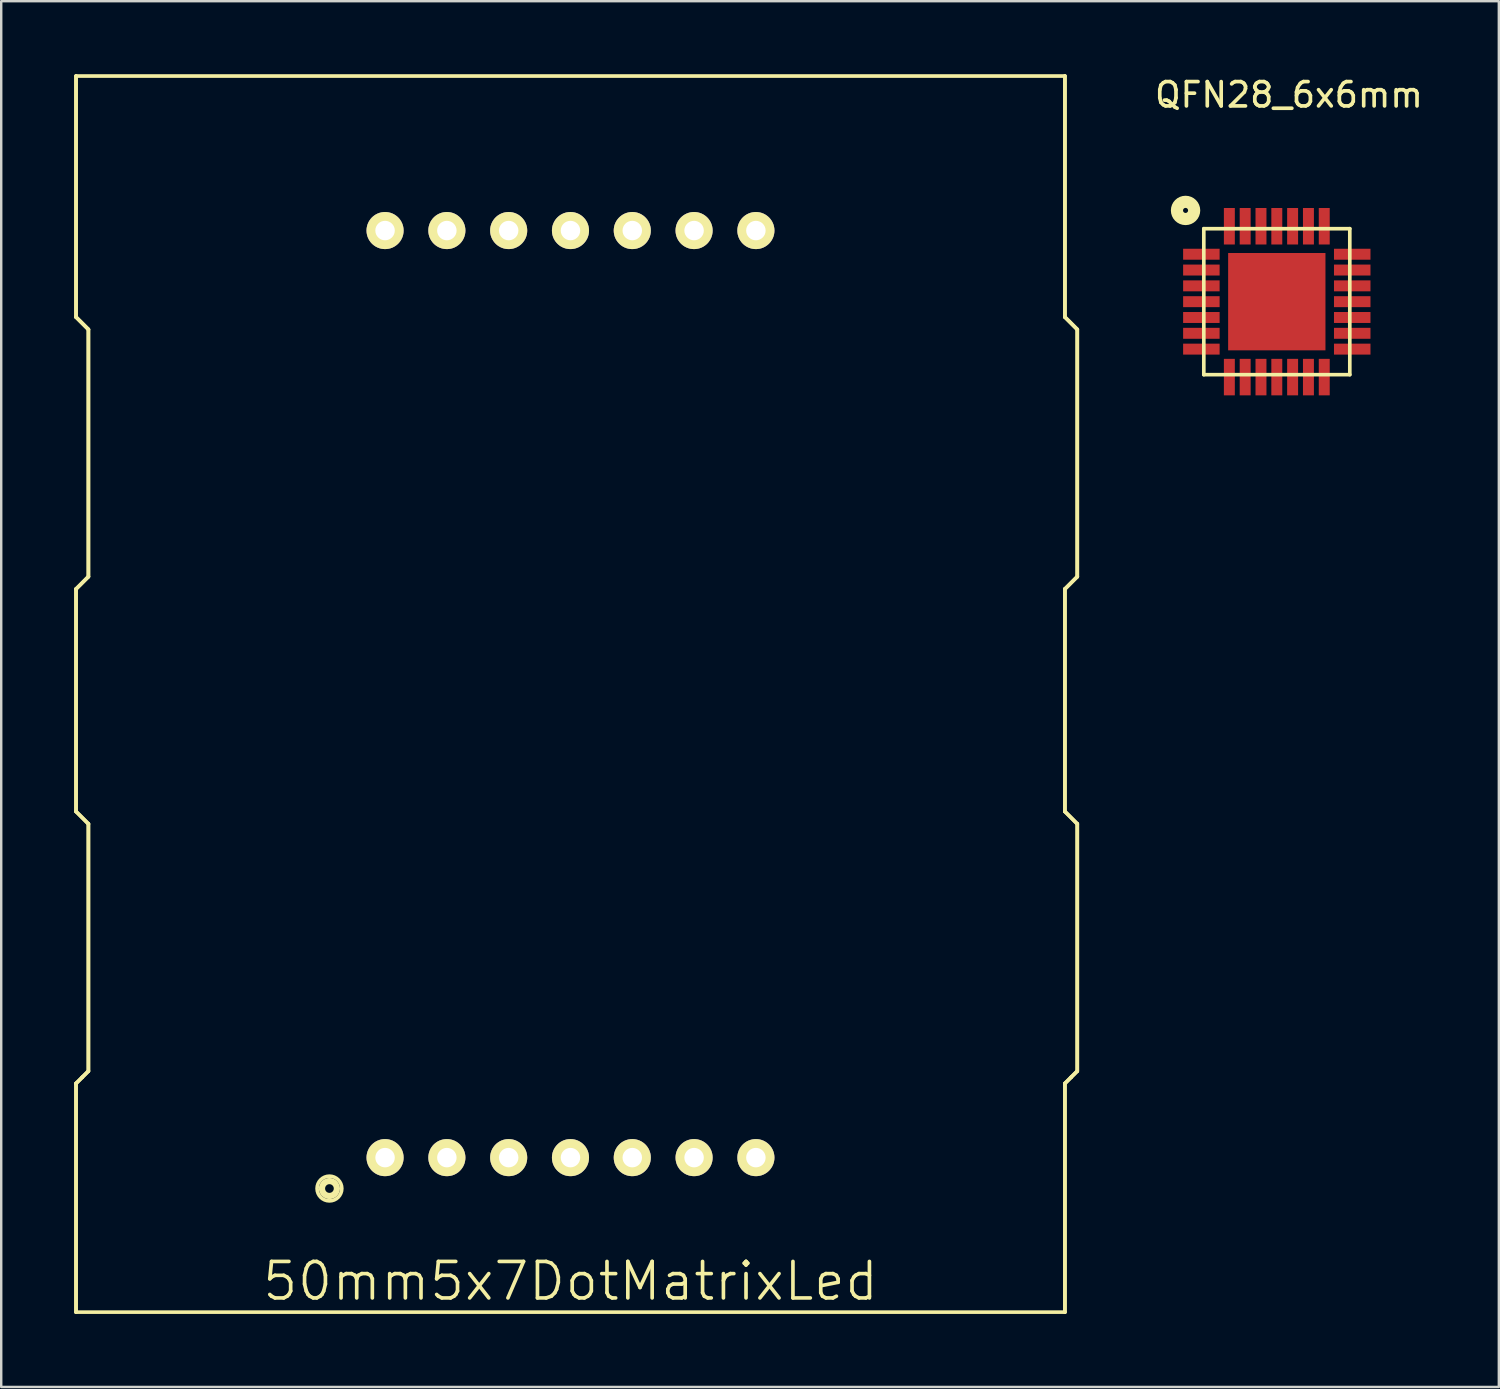
<source format=kicad_pcb>
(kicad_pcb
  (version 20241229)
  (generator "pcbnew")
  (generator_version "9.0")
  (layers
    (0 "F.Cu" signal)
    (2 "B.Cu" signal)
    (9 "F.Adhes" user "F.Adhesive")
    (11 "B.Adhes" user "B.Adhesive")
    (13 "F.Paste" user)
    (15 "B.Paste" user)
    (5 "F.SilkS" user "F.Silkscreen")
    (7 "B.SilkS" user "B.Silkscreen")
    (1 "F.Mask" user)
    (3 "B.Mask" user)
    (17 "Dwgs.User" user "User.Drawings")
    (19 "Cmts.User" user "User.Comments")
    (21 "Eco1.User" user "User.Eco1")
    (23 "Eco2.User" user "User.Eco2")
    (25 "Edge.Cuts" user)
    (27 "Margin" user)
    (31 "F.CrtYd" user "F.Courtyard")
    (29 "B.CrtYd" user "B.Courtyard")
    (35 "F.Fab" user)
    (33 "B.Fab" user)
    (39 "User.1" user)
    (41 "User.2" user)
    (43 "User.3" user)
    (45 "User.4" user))
  (footprint "50mm5x7DotMatrixLed"
    (layer "F.Cu")
    (at 20.395 26.745)
    (property "Reference" "50mm5x7DotMatrixLed" (at 0 22.86 0) (layer "F.SilkS") (effects (font (size 1.5 1.5) (thickness 0.15))))
    (attr through_hole)
    (fp_line (start -20.32 -26.67) (end -20.32 -16.764) (stroke (width 0.15) (type solid)) (layer "F.SilkS"))
    (fp_line (start -20.32 -26.67) (end -20.32 -16.764) (stroke (width 0.15) (type solid)) (layer "F.SilkS"))
    (fp_line (start -20.32 -26.67) (end 20.32 -26.67) (stroke (width 0.15) (type solid)) (layer "F.SilkS"))
    (fp_line (start -20.32 -16.764) (end -19.812 -16.256) (stroke (width 0.15) (type solid)) (layer "F.SilkS"))
    (fp_line (start -20.32 -16.764) (end -19.812 -16.256) (stroke (width 0.15) (type solid)) (layer "F.SilkS"))
    (fp_line (start -20.32 -5.588) (end -20.32 3.556) (stroke (width 0.15) (type solid)) (layer "F.SilkS"))
    (fp_line (start -20.32 -5.588) (end -20.32 3.556) (stroke (width 0.15) (type solid)) (layer "F.SilkS"))
    (fp_line (start -20.32 3.556) (end -19.812 4.064) (stroke (width 0.15) (type solid)) (layer "F.SilkS"))
    (fp_line (start -20.32 3.556) (end -19.812 4.064) (stroke (width 0.15) (type solid)) (layer "F.SilkS"))
    (fp_line (start -20.32 14.732) (end -20.32 24.13) (stroke (width 0.15) (type solid)) (layer "F.SilkS"))
    (fp_line (start -20.32 14.732) (end -20.32 24.13) (stroke (width 0.15) (type solid)) (layer "F.SilkS"))
    (fp_line (start -20.066 14.478) (end -20.32 14.732) (stroke (width 0.15) (type solid)) (layer "F.SilkS"))
    (fp_line (start -20.066 14.478) (end -20.32 14.732) (stroke (width 0.15) (type solid)) (layer "F.SilkS"))
    (fp_line (start -19.812 -16.256) (end -19.812 -6.096) (stroke (width 0.15) (type solid)) (layer "F.SilkS"))
    (fp_line (start -19.812 -16.256) (end -19.812 -6.096) (stroke (width 0.15) (type solid)) (layer "F.SilkS"))
    (fp_line (start -19.812 -6.096) (end -20.32 -5.588) (stroke (width 0.15) (type solid)) (layer "F.SilkS"))
    (fp_line (start -19.812 -6.096) (end -20.32 -5.588) (stroke (width 0.15) (type solid)) (layer "F.SilkS"))
    (fp_line (start -19.812 4.064) (end -19.812 14.224) (stroke (width 0.15) (type solid)) (layer "F.SilkS"))
    (fp_line (start -19.812 4.064) (end -19.812 14.224) (stroke (width 0.15) (type solid)) (layer "F.SilkS"))
    (fp_line (start -19.812 14.224) (end -20.066 14.478) (stroke (width 0.15) (type solid)) (layer "F.SilkS"))
    (fp_line (start -19.812 14.224) (end -20.066 14.478) (stroke (width 0.15) (type solid)) (layer "F.SilkS"))
    (fp_line (start 20.32 -26.67) (end 20.32 -16.764) (stroke (width 0.15) (type solid)) (layer "F.SilkS"))
    (fp_line (start 20.32 -26.67) (end 20.32 -16.764) (stroke (width 0.15) (type solid)) (layer "F.SilkS"))
    (fp_line (start 20.32 -16.764) (end 20.828 -16.256) (stroke (width 0.15) (type solid)) (layer "F.SilkS"))
    (fp_line (start 20.32 -16.764) (end 20.828 -16.256) (stroke (width 0.15) (type solid)) (layer "F.SilkS"))
    (fp_line (start 20.32 -5.588) (end 20.32 3.556) (stroke (width 0.15) (type solid)) (layer "F.SilkS"))
    (fp_line (start 20.32 -5.588) (end 20.32 3.556) (stroke (width 0.15) (type solid)) (layer "F.SilkS"))
    (fp_line (start 20.32 3.556) (end 20.828 4.064) (stroke (width 0.15) (type solid)) (layer "F.SilkS"))
    (fp_line (start 20.32 3.556) (end 20.828 4.064) (stroke (width 0.15) (type solid)) (layer "F.SilkS"))
    (fp_line (start 20.32 14.732) (end 20.32 24.13) (stroke (width 0.15) (type solid)) (layer "F.SilkS"))
    (fp_line (start 20.32 14.732) (end 20.32 24.13) (stroke (width 0.15) (type solid)) (layer "F.SilkS"))
    (fp_line (start 20.32 24.13) (end -20.32 24.13) (stroke (width 0.15) (type solid)) (layer "F.SilkS"))
    (fp_line (start 20.574 14.478) (end 20.32 14.732) (stroke (width 0.15) (type solid)) (layer "F.SilkS"))
    (fp_line (start 20.574 14.478) (end 20.32 14.732) (stroke (width 0.15) (type solid)) (layer "F.SilkS"))
    (fp_line (start 20.828 -16.256) (end 20.828 -6.096) (stroke (width 0.15) (type solid)) (layer "F.SilkS"))
    (fp_line (start 20.828 -16.256) (end 20.828 -6.096) (stroke (width 0.15) (type solid)) (layer "F.SilkS"))
    (fp_line (start 20.828 -6.096) (end 20.32 -5.588) (stroke (width 0.15) (type solid)) (layer "F.SilkS"))
    (fp_line (start 20.828 -6.096) (end 20.32 -5.588) (stroke (width 0.15) (type solid)) (layer "F.SilkS"))
    (fp_line (start 20.828 4.064) (end 20.828 14.224) (stroke (width 0.15) (type solid)) (layer "F.SilkS"))
    (fp_line (start 20.828 4.064) (end 20.828 14.224) (stroke (width 0.15) (type solid)) (layer "F.SilkS"))
    (fp_line (start 20.828 14.224) (end 20.574 14.478) (stroke (width 0.15) (type solid)) (layer "F.SilkS"))
    (fp_line (start 20.828 14.224) (end 20.574 14.478) (stroke (width 0.15) (type solid)) (layer "F.SilkS"))
    (fp_circle (center -9.906 19.05) (end -9.906 18.542) (stroke (width 0.15) (type solid)) (fill no) (layer "F.SilkS"))
    (fp_circle (center -9.906 19.05) (end -9.906 18.796) (stroke (width 0.15) (type solid)) (fill no) (layer "F.SilkS"))
    (fp_circle (center -9.906 19.05) (end -9.652 18.796) (stroke (width 0.15) (type solid)) (fill no) (layer "F.SilkS"))
    (pad "1" thru_hole circle (at -7.62 17.78) (size 1.524 1.524) (drill 0.8) (layers "*.Cu" "*.Mask" "F.SilkS"))
    (pad "2" thru_hole circle (at -5.08 17.78) (size 1.524 1.524) (drill 0.8) (layers "*.Cu" "*.Mask" "F.SilkS"))
    (pad "3" thru_hole circle (at -2.54 17.78) (size 1.524 1.524) (drill 0.8) (layers "*.Cu" "*.Mask" "F.SilkS"))
    (pad "4,11" thru_hole circle (at 0 -20.32) (size 1.524 1.524) (drill 0.8) (layers "*.Cu" "*.Mask" "F.SilkS"))
    (pad "4,11" thru_hole circle (at 0 17.78) (size 1.524 1.524) (drill 0.8) (layers "*.Cu" "*.Mask" "F.SilkS"))
    (pad "6" thru_hole circle (at 5.08 17.78) (size 1.524 1.524) (drill 0.8) (layers "*.Cu" "*.Mask" "F.SilkS"))
    (pad "7" thru_hole circle (at 7.62 17.78) (size 1.524 1.524) (drill 0.8) (layers "*.Cu" "*.Mask" "F.SilkS"))
    (pad "8" thru_hole circle (at 7.62 -20.32) (size 1.524 1.524) (drill 0.8) (layers "*.Cu" "*.Mask" "F.SilkS"))
    (pad "9" thru_hole circle (at 5.08 -20.32) (size 1.524 1.524) (drill 0.8) (layers "*.Cu" "*.Mask" "F.SilkS"))
    (pad "10" thru_hole circle (at 2.54 -20.32) (size 1.524 1.524) (drill 0.8) (layers "*.Cu" "*.Mask" "F.SilkS"))
    (pad "12,5" thru_hole circle (at -2.54 -20.32) (size 1.524 1.524) (drill 0.8) (layers "*.Cu" "*.Mask" "F.SilkS"))
    (pad "12,5" thru_hole circle (at 2.54 17.78) (size 1.524 1.524) (drill 0.8) (layers "*.Cu" "*.Mask" "F.SilkS"))
    (pad "13" thru_hole circle (at -5.08 -20.32) (size 1.524 1.524) (drill 0.8) (layers "*.Cu" "*.Mask" "F.SilkS"))
    (pad "14" thru_hole circle (at -7.62 -20.32) (size 1.524 1.524) (drill 0.8) (layers "*.Cu" "*.Mask" "F.SilkS")))
  (footprint "QFN28_6x6mm"
    (layer "F.Cu")
    (at 49.423 9.348)
    (property "Reference" "QFN28_6x6mm" (at 0.5 -8.5 0) (layer "F.SilkS") (effects (font (size 1 1) (thickness 0.15))))
    (attr through_hole)
    (fp_line (start -3 -3) (end -3 3) (stroke (width 0.15) (type solid)) (layer "F.SilkS"))
    (fp_line (start -3 3) (end 3 3) (stroke (width 0.15) (type solid)) (layer "F.SilkS"))
    (fp_line (start 3 -3) (end -3 -3) (stroke (width 0.15) (type solid)) (layer "F.SilkS"))
    (fp_line (start 3 3) (end 3 -3) (stroke (width 0.15) (type solid)) (layer "F.SilkS"))
    (fp_circle (center -3.75 -3.75) (end -3.5 -3.5) (stroke (width 0.5) (type solid)) (fill no) (layer "F.SilkS"))
    (pad "1" smd rect (at -3.1 -1.95 270) (size 0.45 1.5) (layers "F.Cu" "F.Mask" "F.Paste"))
    (pad "2" smd rect (at -3.1 -1.3 270) (size 0.45 1.5) (layers "F.Cu" "F.Mask" "F.Paste"))
    (pad "3" smd rect (at -3.1 -0.65 270) (size 0.45 1.5) (layers "F.Cu" "F.Mask" "F.Paste"))
    (pad "4" smd rect (at -3.1 0 270) (size 0.45 1.5) (layers "F.Cu" "F.Mask" "F.Paste"))
    (pad "5" smd rect (at -3.1 0.65 270) (size 0.45 1.5) (layers "F.Cu" "F.Mask" "F.Paste"))
    (pad "6" smd rect (at -3.1 1.3 270) (size 0.45 1.5) (layers "F.Cu" "F.Mask" "F.Paste"))
    (pad "7" smd rect (at -3.1 1.95 270) (size 0.45 1.5) (layers "F.Cu" "F.Mask" "F.Paste"))
    (pad "8" smd rect (at -1.95 3.1 180) (size 0.45 1.5) (layers "F.Cu" "F.Mask" "F.Paste"))
    (pad "9" smd rect (at -1.3 3.1 180) (size 0.45 1.5) (layers "F.Cu" "F.Mask" "F.Paste"))
    (pad "10" smd rect (at -0.65 3.1 180) (size 0.45 1.5) (layers "F.Cu" "F.Mask" "F.Paste"))
    (pad "11" smd rect (at 0 3.1 180) (size 0.45 1.5) (layers "F.Cu" "F.Mask" "F.Paste"))
    (pad "12" smd rect (at 0.65 3.1 180) (size 0.45 1.5) (layers "F.Cu" "F.Mask" "F.Paste"))
    (pad "13" smd rect (at 1.3 3.1 180) (size 0.45 1.5) (layers "F.Cu" "F.Mask" "F.Paste"))
    (pad "14" smd rect (at 1.95 3.1 180) (size 0.45 1.5) (layers "F.Cu" "F.Mask" "F.Paste"))
    (pad "15" smd rect (at 3.1 1.95 90) (size 0.45 1.5) (layers "F.Cu" "F.Mask" "F.Paste"))
    (pad "16" smd rect (at 3.1 1.3 90) (size 0.45 1.5) (layers "F.Cu" "F.Mask" "F.Paste"))
    (pad "17" smd rect (at 3.1 0.65 90) (size 0.45 1.5) (layers "F.Cu" "F.Mask" "F.Paste"))
    (pad "18" smd rect (at 3.1 0 90) (size 0.45 1.5) (layers "F.Cu" "F.Mask" "F.Paste"))
    (pad "19" smd rect (at 3.1 -0.65 90) (size 0.45 1.5) (layers "F.Cu" "F.Mask" "F.Paste"))
    (pad "20" smd rect (at 3.1 -1.3 90) (size 0.45 1.5) (layers "F.Cu" "F.Mask" "F.Paste"))
    (pad "21" smd rect (at 3.1 -1.95 90) (size 0.45 1.5) (layers "F.Cu" "F.Mask" "F.Paste"))
    (pad "22" smd rect (at 1.95 -3.1) (size 0.45 1.5) (layers "F.Cu" "F.Mask" "F.Paste"))
    (pad "23" smd rect (at 1.3 -3.1) (size 0.45 1.5) (layers "F.Cu" "F.Mask" "F.Paste"))
    (pad "24" smd rect (at 0.65 -3.1) (size 0.45 1.5) (layers "F.Cu" "F.Mask" "F.Paste"))
    (pad "25" smd rect (at 0 -3.1) (size 0.45 1.5) (layers "F.Cu" "F.Mask" "F.Paste"))
    (pad "26" smd rect (at -0.65 -3.1) (size 0.45 1.5) (layers "F.Cu" "F.Mask" "F.Paste"))
    (pad "27" smd rect (at -1.3 -3.1) (size 0.45 1.5) (layers "F.Cu" "F.Mask" "F.Paste"))
    (pad "28" smd rect (at -1.95 -3.1) (size 0.45 1.5) (layers "F.Cu" "F.Mask" "F.Paste"))
    (pad "EP" smd rect (at 0 0) (size 4 4) (layers "F.Cu" "F.Mask" "F.Paste")))
  (gr_rect
    (start -3 -3)
    (end 58.548 53.95)
    (stroke (width 0.1) (type default))
    (fill no)
    (layer "Edge.Cuts")))
</source>
